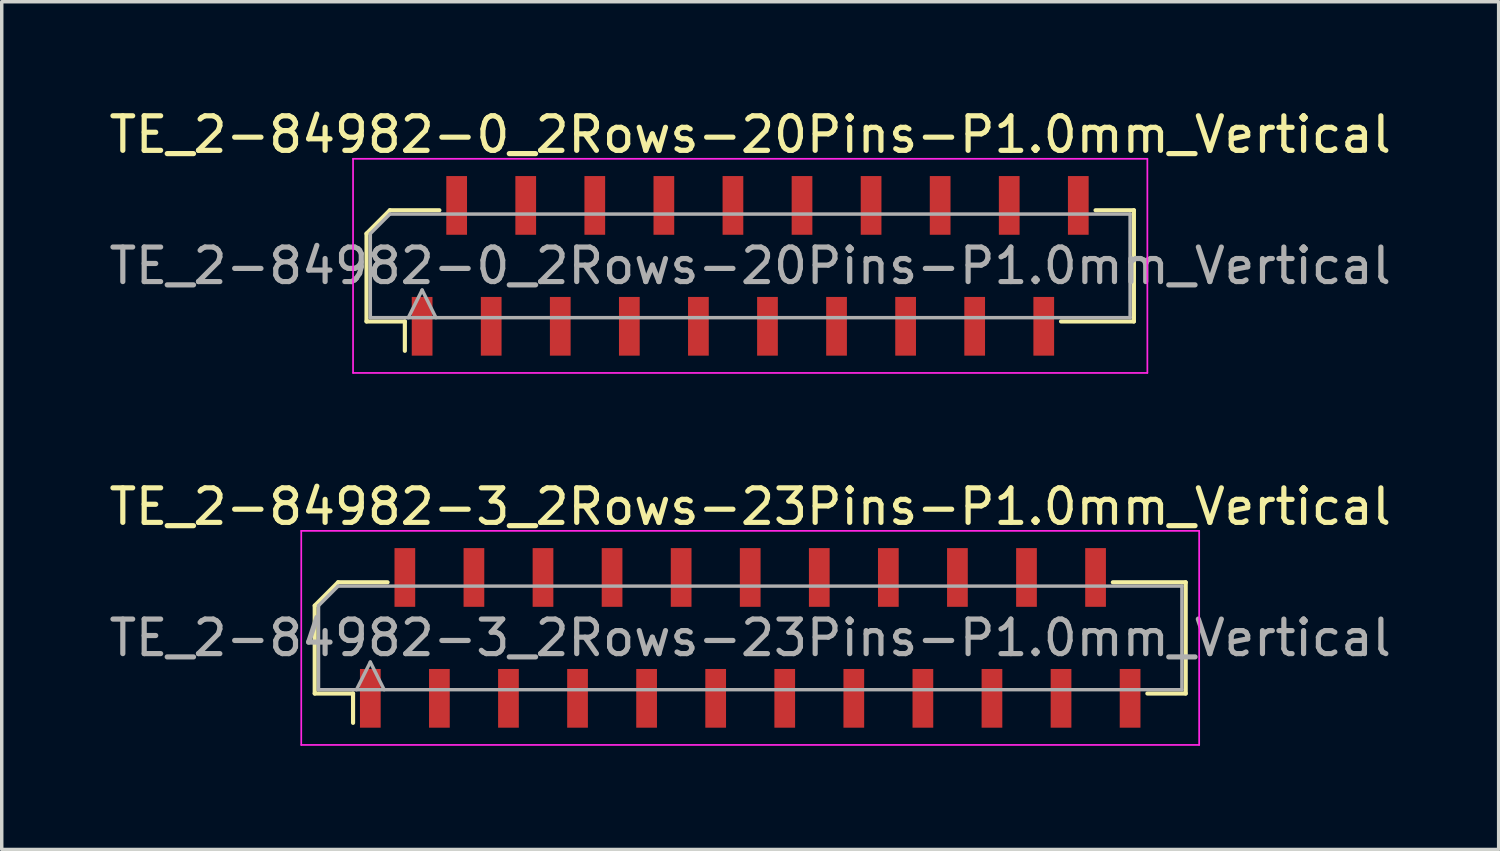
<source format=kicad_pcb>
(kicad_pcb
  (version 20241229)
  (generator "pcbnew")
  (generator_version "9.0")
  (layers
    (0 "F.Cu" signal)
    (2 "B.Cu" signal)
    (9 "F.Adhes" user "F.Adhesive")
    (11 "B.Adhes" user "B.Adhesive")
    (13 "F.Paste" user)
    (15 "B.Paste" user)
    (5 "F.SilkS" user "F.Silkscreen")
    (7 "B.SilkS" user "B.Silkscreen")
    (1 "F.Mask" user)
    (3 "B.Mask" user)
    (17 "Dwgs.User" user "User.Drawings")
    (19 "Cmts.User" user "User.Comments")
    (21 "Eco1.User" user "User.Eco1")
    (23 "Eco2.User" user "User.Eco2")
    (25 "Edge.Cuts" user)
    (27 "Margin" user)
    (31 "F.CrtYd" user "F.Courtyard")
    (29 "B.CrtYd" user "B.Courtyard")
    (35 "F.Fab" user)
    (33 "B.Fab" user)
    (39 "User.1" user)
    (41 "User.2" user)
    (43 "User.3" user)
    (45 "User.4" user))
  (footprint "TE_2-84982-3_2Rows-23Pins-P1.0mm_Vertical"
    (layer "F.Cu")
    (at 18.673 15.421)
    (property "Reference" "TE_2-84982-3_2Rows-23Pins-P1.0mm_Vertical" (at 0 -3.8 0) (layer "F.SilkS") (effects (font (size 1 1) (thickness 0.15))))
    (attr smd)
    (fp_line (start -12.61 -0.934) (end -12.61 1.61) (stroke (width 0.12) (type solid)) (layer "F.SilkS"))
    (fp_line (start -12.61 1.61) (end -11.5 1.61) (stroke (width 0.12) (type solid)) (layer "F.SilkS"))
    (fp_line (start -11.934 -1.61) (end -12.61 -0.934) (stroke (width 0.12) (type solid)) (layer "F.SilkS"))
    (fp_line (start -11.5 1.61) (end -11.5 2.46) (stroke (width 0.12) (type solid)) (layer "F.SilkS"))
    (fp_line (start -10.5 -1.61) (end -11.934 -1.61) (stroke (width 0.12) (type solid)) (layer "F.SilkS"))
    (fp_line (start 11.5 1.61) (end 12.61 1.61) (stroke (width 0.12) (type solid)) (layer "F.SilkS"))
    (fp_line (start 12.61 -1.61) (end 10.5 -1.61) (stroke (width 0.12) (type solid)) (layer "F.SilkS"))
    (fp_line (start 12.61 1.61) (end 12.61 -1.61) (stroke (width 0.12) (type solid)) (layer "F.SilkS"))
    (fp_line (start -13 -3.1) (end 13 -3.1) (stroke (width 0.05) (type solid)) (layer "F.CrtYd"))
    (fp_line (start -13 3.1) (end -13 -3.1) (stroke (width 0.05) (type solid)) (layer "F.CrtYd"))
    (fp_line (start 13 -3.1) (end 13 3.1) (stroke (width 0.05) (type solid)) (layer "F.CrtYd"))
    (fp_line (start 13 3.1) (end -13 3.1) (stroke (width 0.05) (type solid)) (layer "F.CrtYd"))
    (fp_line (start -12.5 -0.934) (end -12.5 1.5) (stroke (width 0.1) (type solid)) (layer "F.Fab"))
    (fp_line (start -12.5 1.5) (end 12.5 1.5) (stroke (width 0.1) (type solid)) (layer "F.Fab"))
    (fp_line (start -11.934 -1.5) (end -12.5 -0.934) (stroke (width 0.1) (type solid)) (layer "F.Fab"))
    (fp_line (start -11.4 1.5) (end -11 0.7) (stroke (width 0.1) (type solid)) (layer "F.Fab"))
    (fp_line (start -11 0.7) (end -10.6 1.5) (stroke (width 0.1) (type solid)) (layer "F.Fab"))
    (fp_line (start 12.5 -1.5) (end -11.934 -1.5) (stroke (width 0.1) (type solid)) (layer "F.Fab"))
    (fp_line (start 12.5 1.5) (end 12.5 -1.5) (stroke (width 0.1) (type solid)) (layer "F.Fab"))
    (fp_text user "${REFERENCE}" (at 0 0 0) (layer "F.Fab") (effects (font (size 1 1) (thickness 0.15))))
    (pad "1" smd rect (at -11 1.75) (size 0.6 1.7) (layers "F.Cu" "F.Mask" "F.Paste"))
    (pad "2" smd rect (at -10 -1.75) (size 0.6 1.7) (layers "F.Cu" "F.Mask" "F.Paste"))
    (pad "3" smd rect (at -9 1.75) (size 0.6 1.7) (layers "F.Cu" "F.Mask" "F.Paste"))
    (pad "4" smd rect (at -8 -1.75) (size 0.6 1.7) (layers "F.Cu" "F.Mask" "F.Paste"))
    (pad "5" smd rect (at -7 1.75) (size 0.6 1.7) (layers "F.Cu" "F.Mask" "F.Paste"))
    (pad "6" smd rect (at -6 -1.75) (size 0.6 1.7) (layers "F.Cu" "F.Mask" "F.Paste"))
    (pad "7" smd rect (at -5 1.75) (size 0.6 1.7) (layers "F.Cu" "F.Mask" "F.Paste"))
    (pad "8" smd rect (at -4 -1.75) (size 0.6 1.7) (layers "F.Cu" "F.Mask" "F.Paste"))
    (pad "9" smd rect (at -3 1.75) (size 0.6 1.7) (layers "F.Cu" "F.Mask" "F.Paste"))
    (pad "10" smd rect (at -2 -1.75) (size 0.6 1.7) (layers "F.Cu" "F.Mask" "F.Paste"))
    (pad "11" smd rect (at -1 1.75) (size 0.6 1.7) (layers "F.Cu" "F.Mask" "F.Paste"))
    (pad "12" smd rect (at 0 -1.75) (size 0.6 1.7) (layers "F.Cu" "F.Mask" "F.Paste"))
    (pad "13" smd rect (at 1 1.75) (size 0.6 1.7) (layers "F.Cu" "F.Mask" "F.Paste"))
    (pad "14" smd rect (at 2 -1.75) (size 0.6 1.7) (layers "F.Cu" "F.Mask" "F.Paste"))
    (pad "15" smd rect (at 3 1.75) (size 0.6 1.7) (layers "F.Cu" "F.Mask" "F.Paste"))
    (pad "16" smd rect (at 4 -1.75) (size 0.6 1.7) (layers "F.Cu" "F.Mask" "F.Paste"))
    (pad "17" smd rect (at 5 1.75) (size 0.6 1.7) (layers "F.Cu" "F.Mask" "F.Paste"))
    (pad "18" smd rect (at 6 -1.75) (size 0.6 1.7) (layers "F.Cu" "F.Mask" "F.Paste"))
    (pad "19" smd rect (at 7 1.75) (size 0.6 1.7) (layers "F.Cu" "F.Mask" "F.Paste"))
    (pad "20" smd rect (at 8 -1.75) (size 0.6 1.7) (layers "F.Cu" "F.Mask" "F.Paste"))
    (pad "21" smd rect (at 9 1.75) (size 0.6 1.7) (layers "F.Cu" "F.Mask" "F.Paste"))
    (pad "22" smd rect (at 10 -1.75) (size 0.6 1.7) (layers "F.Cu" "F.Mask" "F.Paste"))
    (pad "23" smd rect (at 11 1.75) (size 0.6 1.7) (layers "F.Cu" "F.Mask" "F.Paste")))
  (footprint "TE_2-84982-0_2Rows-20Pins-P1.0mm_Vertical"
    (layer "F.Cu")
    (at 18.673 4.648)
    (property "Reference" "TE_2-84982-0_2Rows-20Pins-P1.0mm_Vertical" (at 0 -3.8 0) (layer "F.SilkS") (effects (font (size 1 1) (thickness 0.15))))
    (attr smd)
    (fp_line (start -11.11 -0.934) (end -11.11 1.61) (stroke (width 0.12) (type solid)) (layer "F.SilkS"))
    (fp_line (start -11.11 1.61) (end -10 1.61) (stroke (width 0.12) (type solid)) (layer "F.SilkS"))
    (fp_line (start -10.434 -1.61) (end -11.11 -0.934) (stroke (width 0.12) (type solid)) (layer "F.SilkS"))
    (fp_line (start -10 1.61) (end -10 2.46) (stroke (width 0.12) (type solid)) (layer "F.SilkS"))
    (fp_line (start -9 -1.61) (end -10.434 -1.61) (stroke (width 0.12) (type solid)) (layer "F.SilkS"))
    (fp_line (start 9 1.61) (end 11.11 1.61) (stroke (width 0.12) (type solid)) (layer "F.SilkS"))
    (fp_line (start 11.11 -1.61) (end 10 -1.61) (stroke (width 0.12) (type solid)) (layer "F.SilkS"))
    (fp_line (start 11.11 1.61) (end 11.11 -1.61) (stroke (width 0.12) (type solid)) (layer "F.SilkS"))
    (fp_line (start -11.5 -3.1) (end 11.5 -3.1) (stroke (width 0.05) (type solid)) (layer "F.CrtYd"))
    (fp_line (start -11.5 3.1) (end -11.5 -3.1) (stroke (width 0.05) (type solid)) (layer "F.CrtYd"))
    (fp_line (start 11.5 -3.1) (end 11.5 3.1) (stroke (width 0.05) (type solid)) (layer "F.CrtYd"))
    (fp_line (start 11.5 3.1) (end -11.5 3.1) (stroke (width 0.05) (type solid)) (layer "F.CrtYd"))
    (fp_line (start -11 -0.934) (end -11 1.5) (stroke (width 0.1) (type solid)) (layer "F.Fab"))
    (fp_line (start -11 1.5) (end 11 1.5) (stroke (width 0.1) (type solid)) (layer "F.Fab"))
    (fp_line (start -10.434 -1.5) (end -11 -0.934) (stroke (width 0.1) (type solid)) (layer "F.Fab"))
    (fp_line (start -9.9 1.5) (end -9.5 0.7) (stroke (width 0.1) (type solid)) (layer "F.Fab"))
    (fp_line (start -9.5 0.7) (end -9.1 1.5) (stroke (width 0.1) (type solid)) (layer "F.Fab"))
    (fp_line (start 11 -1.5) (end -10.434 -1.5) (stroke (width 0.1) (type solid)) (layer "F.Fab"))
    (fp_line (start 11 1.5) (end 11 -1.5) (stroke (width 0.1) (type solid)) (layer "F.Fab"))
    (fp_text user "${REFERENCE}" (at 0 0 0) (layer "F.Fab") (effects (font (size 1 1) (thickness 0.15))))
    (pad "1" smd rect (at -9.5 1.75) (size 0.6 1.7) (layers "F.Cu" "F.Mask" "F.Paste"))
    (pad "2" smd rect (at -8.5 -1.75) (size 0.6 1.7) (layers "F.Cu" "F.Mask" "F.Paste"))
    (pad "3" smd rect (at -7.5 1.75) (size 0.6 1.7) (layers "F.Cu" "F.Mask" "F.Paste"))
    (pad "4" smd rect (at -6.5 -1.75) (size 0.6 1.7) (layers "F.Cu" "F.Mask" "F.Paste"))
    (pad "5" smd rect (at -5.5 1.75) (size 0.6 1.7) (layers "F.Cu" "F.Mask" "F.Paste"))
    (pad "6" smd rect (at -4.5 -1.75) (size 0.6 1.7) (layers "F.Cu" "F.Mask" "F.Paste"))
    (pad "7" smd rect (at -3.5 1.75) (size 0.6 1.7) (layers "F.Cu" "F.Mask" "F.Paste"))
    (pad "8" smd rect (at -2.5 -1.75) (size 0.6 1.7) (layers "F.Cu" "F.Mask" "F.Paste"))
    (pad "9" smd rect (at -1.5 1.75) (size 0.6 1.7) (layers "F.Cu" "F.Mask" "F.Paste"))
    (pad "10" smd rect (at -0.5 -1.75) (size 0.6 1.7) (layers "F.Cu" "F.Mask" "F.Paste"))
    (pad "11" smd rect (at 0.5 1.75) (size 0.6 1.7) (layers "F.Cu" "F.Mask" "F.Paste"))
    (pad "12" smd rect (at 1.5 -1.75) (size 0.6 1.7) (layers "F.Cu" "F.Mask" "F.Paste"))
    (pad "13" smd rect (at 2.5 1.75) (size 0.6 1.7) (layers "F.Cu" "F.Mask" "F.Paste"))
    (pad "14" smd rect (at 3.5 -1.75) (size 0.6 1.7) (layers "F.Cu" "F.Mask" "F.Paste"))
    (pad "15" smd rect (at 4.5 1.75) (size 0.6 1.7) (layers "F.Cu" "F.Mask" "F.Paste"))
    (pad "16" smd rect (at 5.5 -1.75) (size 0.6 1.7) (layers "F.Cu" "F.Mask" "F.Paste"))
    (pad "17" smd rect (at 6.5 1.75) (size 0.6 1.7) (layers "F.Cu" "F.Mask" "F.Paste"))
    (pad "18" smd rect (at 7.5 -1.75) (size 0.6 1.7) (layers "F.Cu" "F.Mask" "F.Paste"))
    (pad "19" smd rect (at 8.5 1.75) (size 0.6 1.7) (layers "F.Cu" "F.Mask" "F.Paste"))
    (pad "20" smd rect (at 9.5 -1.75) (size 0.6 1.7) (layers "F.Cu" "F.Mask" "F.Paste")))
  (gr_rect
    (start -3 -3)
    (end 40.345 21.547)
    (stroke (width 0.1) (type default))
    (fill no)
    (layer "Edge.Cuts")))
</source>
